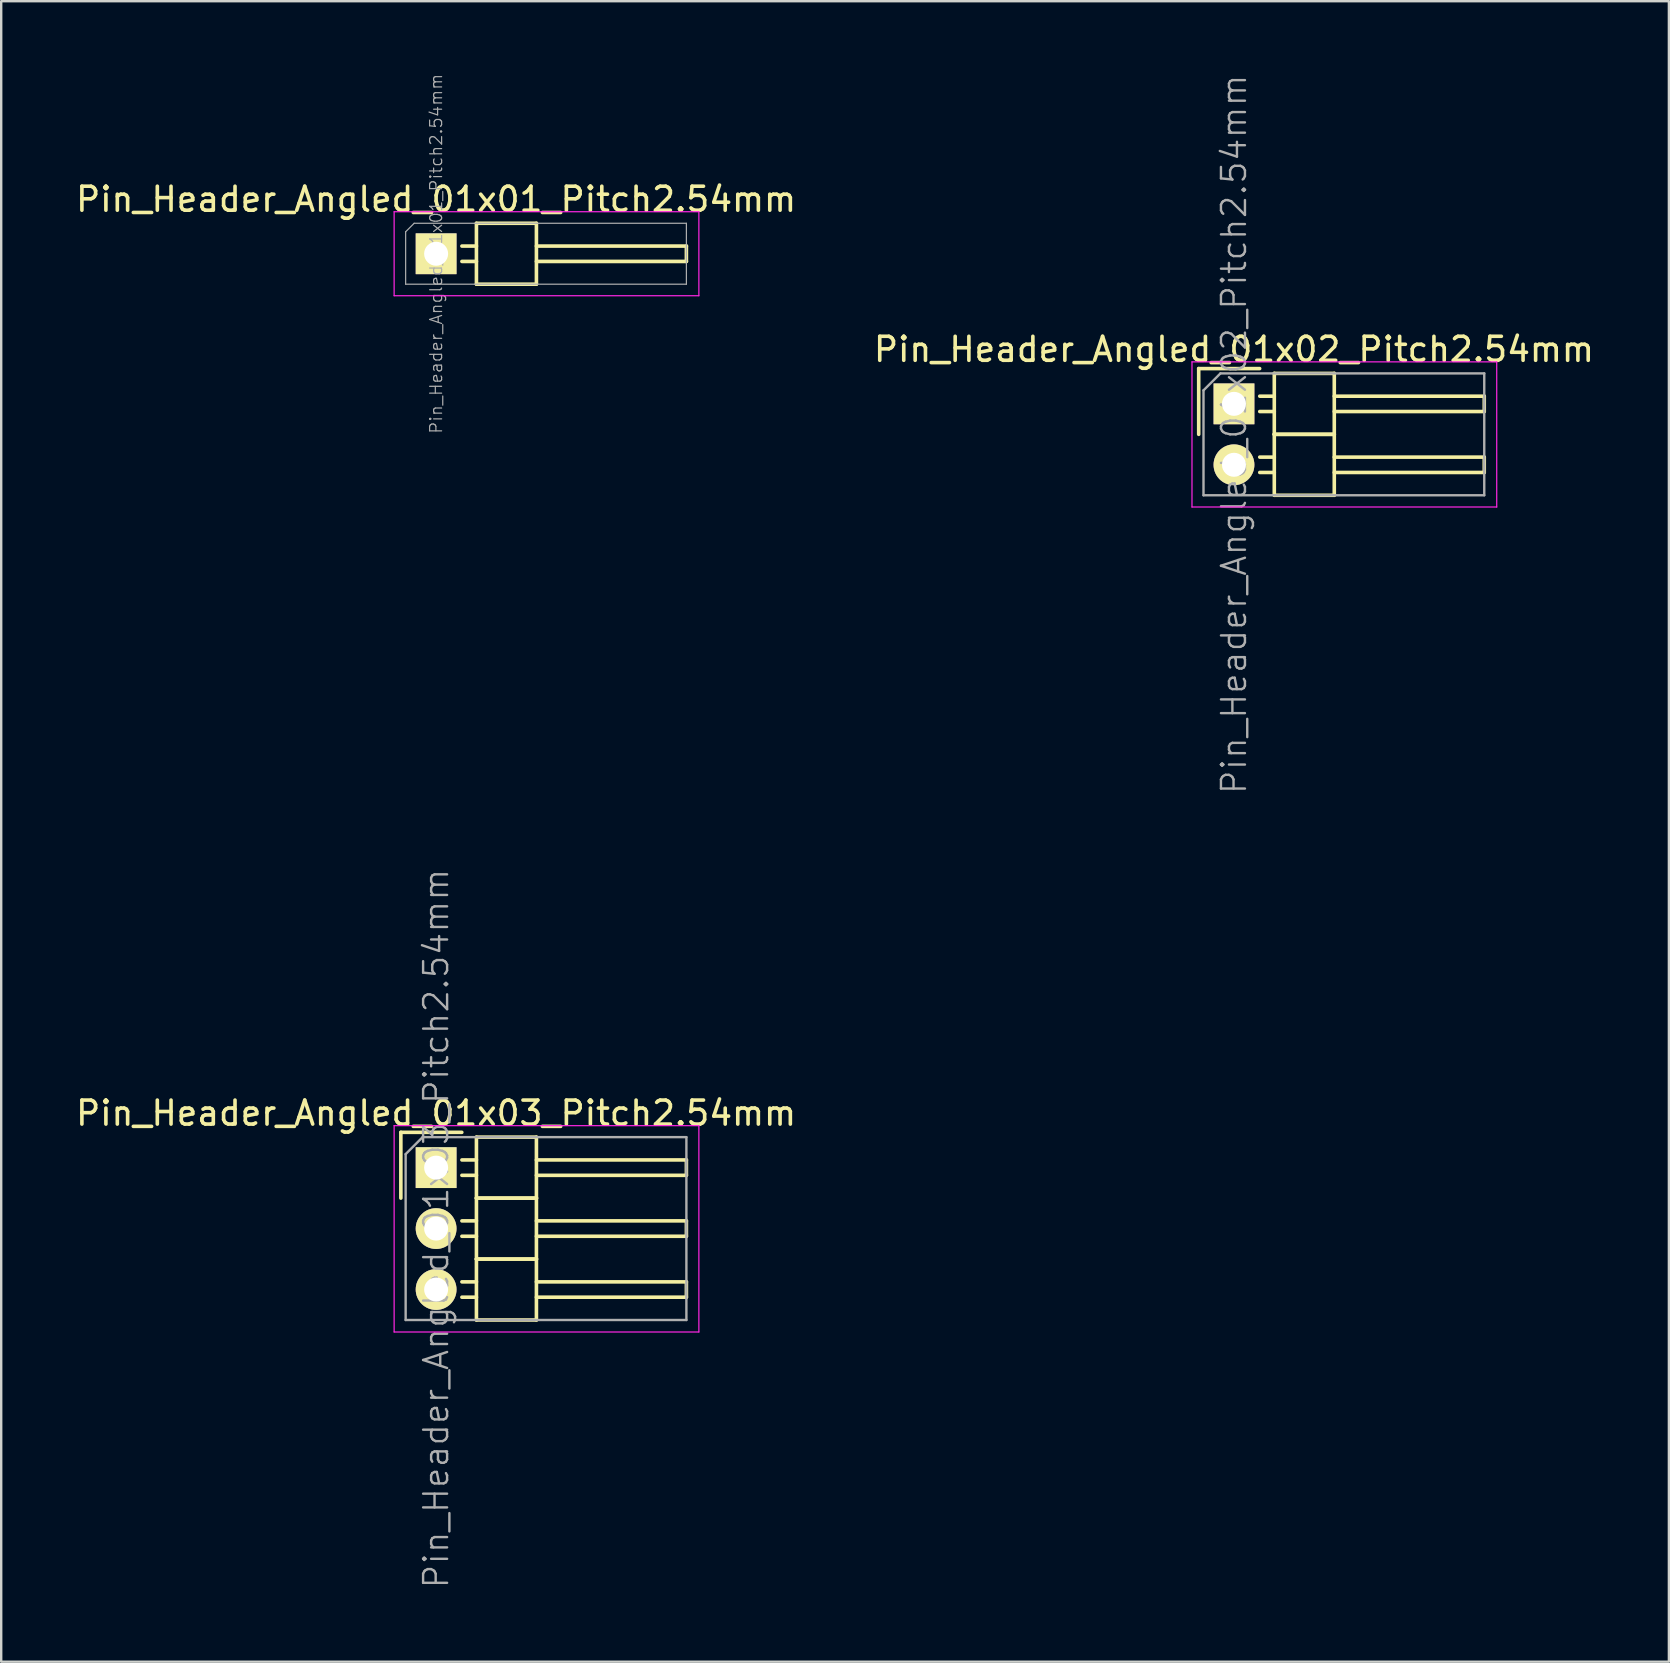
<source format=kicad_pcb>
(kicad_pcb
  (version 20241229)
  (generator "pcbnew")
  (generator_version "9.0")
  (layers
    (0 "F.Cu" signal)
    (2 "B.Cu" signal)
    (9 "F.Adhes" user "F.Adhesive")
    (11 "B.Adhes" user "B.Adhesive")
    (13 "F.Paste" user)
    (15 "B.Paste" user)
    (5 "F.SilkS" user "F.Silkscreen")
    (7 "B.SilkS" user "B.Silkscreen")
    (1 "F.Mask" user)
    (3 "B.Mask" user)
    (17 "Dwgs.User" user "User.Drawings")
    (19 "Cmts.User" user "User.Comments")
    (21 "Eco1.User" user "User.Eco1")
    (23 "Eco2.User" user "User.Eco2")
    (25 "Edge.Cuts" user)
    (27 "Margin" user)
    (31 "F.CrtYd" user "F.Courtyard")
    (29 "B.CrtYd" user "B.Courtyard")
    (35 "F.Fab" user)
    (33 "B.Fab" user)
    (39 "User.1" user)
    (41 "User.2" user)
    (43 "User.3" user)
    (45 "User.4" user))
  (footprint "Pin_Header_Angled_01x03_Pitch2.54mm"
    (layer "F.Cu")
    (at 15.125 45.61)
    (property "Reference" "Pin_Header_Angled_01x03_Pitch2.54mm" (at 0 -2.27 0) (layer "F.SilkS") (effects (font (size 1 1) (thickness 0.15))))
    (attr smd)
    (fp_line (start -1.47 -1.47) (end -1.47 1.27) (stroke (width 0.15) (type solid)) (layer "F.SilkS"))
    (fp_line (start -1.47 -1.47) (end 1.07 -1.47) (stroke (width 0.15) (type solid)) (layer "F.SilkS"))
    (fp_line (start 1.68 -0.32) (end 1.075 -0.32) (stroke (width 0.15) (type solid)) (layer "F.SilkS"))
    (fp_line (start 1.68 0.32) (end 1.075 0.32) (stroke (width 0.15) (type solid)) (layer "F.SilkS"))
    (fp_line (start 1.68 1.27) (end 1.68 -1.27) (stroke (width 0.15) (type solid)) (layer "F.SilkS"))
    (fp_line (start 1.68 2.22) (end 1.075 2.22) (stroke (width 0.15) (type solid)) (layer "F.SilkS"))
    (fp_line (start 1.68 2.86) (end 1.075 2.86) (stroke (width 0.15) (type solid)) (layer "F.SilkS"))
    (fp_line (start 1.68 3.81) (end 1.68 1.27) (stroke (width 0.15) (type solid)) (layer "F.SilkS"))
    (fp_line (start 1.68 4.76) (end 1.075 4.76) (stroke (width 0.15) (type solid)) (layer "F.SilkS"))
    (fp_line (start 1.68 5.4) (end 1.075 5.4) (stroke (width 0.15) (type solid)) (layer "F.SilkS"))
    (fp_line (start 1.68 6.35) (end 1.68 3.81) (stroke (width 0.15) (type solid)) (layer "F.SilkS"))
    (fp_line (start 4.18 -1.27) (end 1.68 -1.27) (stroke (width 0.15) (type solid)) (layer "F.SilkS"))
    (fp_line (start 4.18 -0.32) (end 10.43 -0.32) (stroke (width 0.15) (type solid)) (layer "F.SilkS"))
    (fp_line (start 4.18 0.32) (end 10.43 0.32) (stroke (width 0.15) (type solid)) (layer "F.SilkS"))
    (fp_line (start 4.18 1.27) (end 1.68 1.27) (stroke (width 0.15) (type solid)) (layer "F.SilkS"))
    (fp_line (start 4.18 1.27) (end 1.68 1.27) (stroke (width 0.15) (type solid)) (layer "F.SilkS"))
    (fp_line (start 4.18 1.27) (end 4.18 -1.27) (stroke (width 0.15) (type solid)) (layer "F.SilkS"))
    (fp_line (start 4.18 2.22) (end 10.43 2.22) (stroke (width 0.15) (type solid)) (layer "F.SilkS"))
    (fp_line (start 4.18 2.86) (end 10.43 2.86) (stroke (width 0.15) (type solid)) (layer "F.SilkS"))
    (fp_line (start 4.18 3.81) (end 1.68 3.81) (stroke (width 0.15) (type solid)) (layer "F.SilkS"))
    (fp_line (start 4.18 3.81) (end 1.68 3.81) (stroke (width 0.15) (type solid)) (layer "F.SilkS"))
    (fp_line (start 4.18 3.81) (end 4.18 1.27) (stroke (width 0.15) (type solid)) (layer "F.SilkS"))
    (fp_line (start 4.18 4.76) (end 10.43 4.76) (stroke (width 0.15) (type solid)) (layer "F.SilkS"))
    (fp_line (start 4.18 5.4) (end 10.43 5.4) (stroke (width 0.15) (type solid)) (layer "F.SilkS"))
    (fp_line (start 4.18 6.35) (end 1.68 6.35) (stroke (width 0.15) (type solid)) (layer "F.SilkS"))
    (fp_line (start 4.18 6.35) (end 4.18 3.81) (stroke (width 0.15) (type solid)) (layer "F.SilkS"))
    (fp_line (start 10.43 0.32) (end 10.43 -0.32) (stroke (width 0.15) (type solid)) (layer "F.SilkS"))
    (fp_line (start 10.43 2.86) (end 10.43 2.22) (stroke (width 0.15) (type solid)) (layer "F.SilkS"))
    (fp_line (start 10.43 5.4) (end 10.43 4.76) (stroke (width 0.15) (type solid)) (layer "F.SilkS"))
    (fp_line (start -1.75 -1.75) (end -1.75 6.85) (stroke (width 0.05) (type solid)) (layer "F.CrtYd"))
    (fp_line (start 10.95 -1.75) (end -1.75 -1.75) (stroke (width 0.05) (type solid)) (layer "F.CrtYd"))
    (fp_line (start 10.95 -1.75) (end 10.95 6.85) (stroke (width 0.05) (type solid)) (layer "F.CrtYd"))
    (fp_line (start 10.95 6.85) (end -1.75 6.85) (stroke (width 0.05) (type solid)) (layer "F.CrtYd"))
    (fp_line (start -1.27 -0.563) (end -0.563 -1.27) (stroke (width 0.1) (type solid)) (layer "F.Fab"))
    (fp_line (start -1.27 6.35) (end -1.27 -0.563) (stroke (width 0.1) (type solid)) (layer "F.Fab"))
    (fp_line (start 10.43 -1.27) (end -0.563 -1.27) (stroke (width 0.1) (type solid)) (layer "F.Fab"))
    (fp_line (start 10.43 6.35) (end -1.27 6.35) (stroke (width 0.1) (type solid)) (layer "F.Fab"))
    (fp_line (start 10.43 6.35) (end 10.43 -1.27) (stroke (width 0.1) (type solid)) (layer "F.Fab"))
    (fp_text user "${REFERENCE}" (at 0 2.54 90) (layer "F.Fab") (effects (font (size 1 1) (thickness 0.1))))
    (pad "1" thru_hole rect (at 0 0) (size 1.7 1.7) (drill 1) (layers "*.Cu" "*.Mask" "F.SilkS"))
    (pad "2" thru_hole oval (at 0 2.54) (size 1.7 1.7) (drill 1) (layers "*.Cu" "*.Mask" "F.SilkS"))
    (pad "3" thru_hole oval (at 0 5.08) (size 1.7 1.7) (drill 1) (layers "*.Cu" "*.Mask" "F.SilkS")))
  (footprint "Pin_Header_Angled_01x01_Pitch2.54mm"
    (layer "F.Cu")
    (at 15.125 7.525)
    (property "Reference" "Pin_Header_Angled_01x01_Pitch2.54mm" (at 0 -2.27 0) (layer "F.SilkS") (effects (font (size 1 1) (thickness 0.15))))
    (attr smd)
    (fp_line (start 1.68 -0.32) (end 1.075 -0.32) (stroke (width 0.15) (type solid)) (layer "F.SilkS"))
    (fp_line (start 1.68 0.32) (end 1.075 0.32) (stroke (width 0.15) (type solid)) (layer "F.SilkS"))
    (fp_line (start 1.68 1.27) (end 1.68 -1.27) (stroke (width 0.15) (type solid)) (layer "F.SilkS"))
    (fp_line (start 4.18 -1.27) (end 1.68 -1.27) (stroke (width 0.15) (type solid)) (layer "F.SilkS"))
    (fp_line (start 4.18 -0.32) (end 10.43 -0.32) (stroke (width 0.15) (type solid)) (layer "F.SilkS"))
    (fp_line (start 4.18 0.32) (end 10.43 0.32) (stroke (width 0.15) (type solid)) (layer "F.SilkS"))
    (fp_line (start 4.18 1.27) (end 1.68 1.27) (stroke (width 0.15) (type solid)) (layer "F.SilkS"))
    (fp_line (start 4.18 1.27) (end 4.18 -1.27) (stroke (width 0.15) (type solid)) (layer "F.SilkS"))
    (fp_line (start 10.43 0.32) (end 10.43 -0.32) (stroke (width 0.15) (type solid)) (layer "F.SilkS"))
    (fp_line (start -1.75 -1.75) (end -1.75 1.75) (stroke (width 0.05) (type solid)) (layer "F.CrtYd"))
    (fp_line (start 10.95 -1.75) (end -1.75 -1.75) (stroke (width 0.05) (type solid)) (layer "F.CrtYd"))
    (fp_line (start 10.95 -1.75) (end 10.95 1.75) (stroke (width 0.05) (type solid)) (layer "F.CrtYd"))
    (fp_line (start 10.95 1.75) (end -1.75 1.75) (stroke (width 0.05) (type solid)) (layer "F.CrtYd"))
    (fp_line (start -1.27 -0.916) (end -0.916 -1.27) (stroke (width 0.05) (type solid)) (layer "F.Fab"))
    (fp_line (start -1.27 1.27) (end -1.27 -0.916) (stroke (width 0.05) (type solid)) (layer "F.Fab"))
    (fp_line (start 10.43 -1.27) (end -0.916 -1.27) (stroke (width 0.05) (type solid)) (layer "F.Fab"))
    (fp_line (start 10.43 1.27) (end -1.27 1.27) (stroke (width 0.05) (type solid)) (layer "F.Fab"))
    (fp_line (start 10.43 1.27) (end 10.43 -1.27) (stroke (width 0.05) (type solid)) (layer "F.Fab"))
    (fp_text user "${REFERENCE}" (at 0 0 90) (layer "F.Fab") (effects (font (size 0.5 0.5) (thickness 0.05))))
    (pad "1" thru_hole rect (at 0 0) (size 1.7 1.7) (drill 1) (layers "*.Cu" "*.Mask" "F.SilkS")))
  (footprint "Pin_Header_Angled_01x02_Pitch2.54mm"
    (layer "F.Cu")
    (at 48.375 13.78)
    (property "Reference" "Pin_Header_Angled_01x02_Pitch2.54mm" (at 0 -2.27 0) (layer "F.SilkS") (effects (font (size 1 1) (thickness 0.15))))
    (attr smd)
    (fp_line (start -1.47 -1.47) (end -1.47 1.27) (stroke (width 0.15) (type solid)) (layer "F.SilkS"))
    (fp_line (start -1.47 -1.47) (end 1.07 -1.47) (stroke (width 0.15) (type solid)) (layer "F.SilkS"))
    (fp_line (start 1.68 -0.32) (end 1.075 -0.32) (stroke (width 0.15) (type solid)) (layer "F.SilkS"))
    (fp_line (start 1.68 0.32) (end 1.075 0.32) (stroke (width 0.15) (type solid)) (layer "F.SilkS"))
    (fp_line (start 1.68 1.27) (end 1.68 -1.27) (stroke (width 0.15) (type solid)) (layer "F.SilkS"))
    (fp_line (start 1.68 2.22) (end 1.075 2.22) (stroke (width 0.15) (type solid)) (layer "F.SilkS"))
    (fp_line (start 1.68 2.86) (end 1.075 2.86) (stroke (width 0.15) (type solid)) (layer "F.SilkS"))
    (fp_line (start 1.68 3.81) (end 1.68 1.27) (stroke (width 0.15) (type solid)) (layer "F.SilkS"))
    (fp_line (start 4.18 -1.27) (end 1.68 -1.27) (stroke (width 0.15) (type solid)) (layer "F.SilkS"))
    (fp_line (start 4.18 -0.32) (end 10.43 -0.32) (stroke (width 0.15) (type solid)) (layer "F.SilkS"))
    (fp_line (start 4.18 0.32) (end 10.43 0.32) (stroke (width 0.15) (type solid)) (layer "F.SilkS"))
    (fp_line (start 4.18 1.27) (end 1.68 1.27) (stroke (width 0.15) (type solid)) (layer "F.SilkS"))
    (fp_line (start 4.18 1.27) (end 1.68 1.27) (stroke (width 0.15) (type solid)) (layer "F.SilkS"))
    (fp_line (start 4.18 1.27) (end 4.18 -1.27) (stroke (width 0.15) (type solid)) (layer "F.SilkS"))
    (fp_line (start 4.18 2.22) (end 10.43 2.22) (stroke (width 0.15) (type solid)) (layer "F.SilkS"))
    (fp_line (start 4.18 2.86) (end 10.43 2.86) (stroke (width 0.15) (type solid)) (layer "F.SilkS"))
    (fp_line (start 4.18 3.81) (end 1.68 3.81) (stroke (width 0.15) (type solid)) (layer "F.SilkS"))
    (fp_line (start 4.18 3.81) (end 4.18 1.27) (stroke (width 0.15) (type solid)) (layer "F.SilkS"))
    (fp_line (start 10.43 0.32) (end 10.43 -0.32) (stroke (width 0.15) (type solid)) (layer "F.SilkS"))
    (fp_line (start 10.43 2.86) (end 10.43 2.22) (stroke (width 0.15) (type solid)) (layer "F.SilkS"))
    (fp_line (start -1.75 -1.75) (end -1.75 4.3) (stroke (width 0.05) (type solid)) (layer "F.CrtYd"))
    (fp_line (start 10.95 -1.75) (end -1.75 -1.75) (stroke (width 0.05) (type solid)) (layer "F.CrtYd"))
    (fp_line (start 10.95 -1.75) (end 10.95 4.3) (stroke (width 0.05) (type solid)) (layer "F.CrtYd"))
    (fp_line (start 10.95 4.3) (end -1.75 4.3) (stroke (width 0.05) (type solid)) (layer "F.CrtYd"))
    (fp_line (start -1.27 -0.563) (end -0.563 -1.27) (stroke (width 0.1) (type solid)) (layer "F.Fab"))
    (fp_line (start -1.27 3.81) (end -1.27 -0.563) (stroke (width 0.1) (type solid)) (layer "F.Fab"))
    (fp_line (start 10.43 -1.27) (end -0.563 -1.27) (stroke (width 0.1) (type solid)) (layer "F.Fab"))
    (fp_line (start 10.43 3.81) (end -1.27 3.81) (stroke (width 0.1) (type solid)) (layer "F.Fab"))
    (fp_line (start 10.43 3.81) (end 10.43 -1.27) (stroke (width 0.1) (type solid)) (layer "F.Fab"))
    (fp_text user "${REFERENCE}" (at 0 1.27 90) (layer "F.Fab") (effects (font (size 1 1) (thickness 0.1))))
    (pad "1" thru_hole rect (at 0 0) (size 1.7 1.7) (drill 1) (layers "*.Cu" "*.Mask" "F.SilkS"))
    (pad "2" thru_hole oval (at 0 2.54) (size 1.7 1.7) (drill 1) (layers "*.Cu" "*.Mask" "F.SilkS")))
  (gr_rect
    (start -3 -3)
    (end 66.5 66.2)
    (stroke (width 0.1) (type default))
    (fill no)
    (layer "Edge.Cuts")))
</source>
